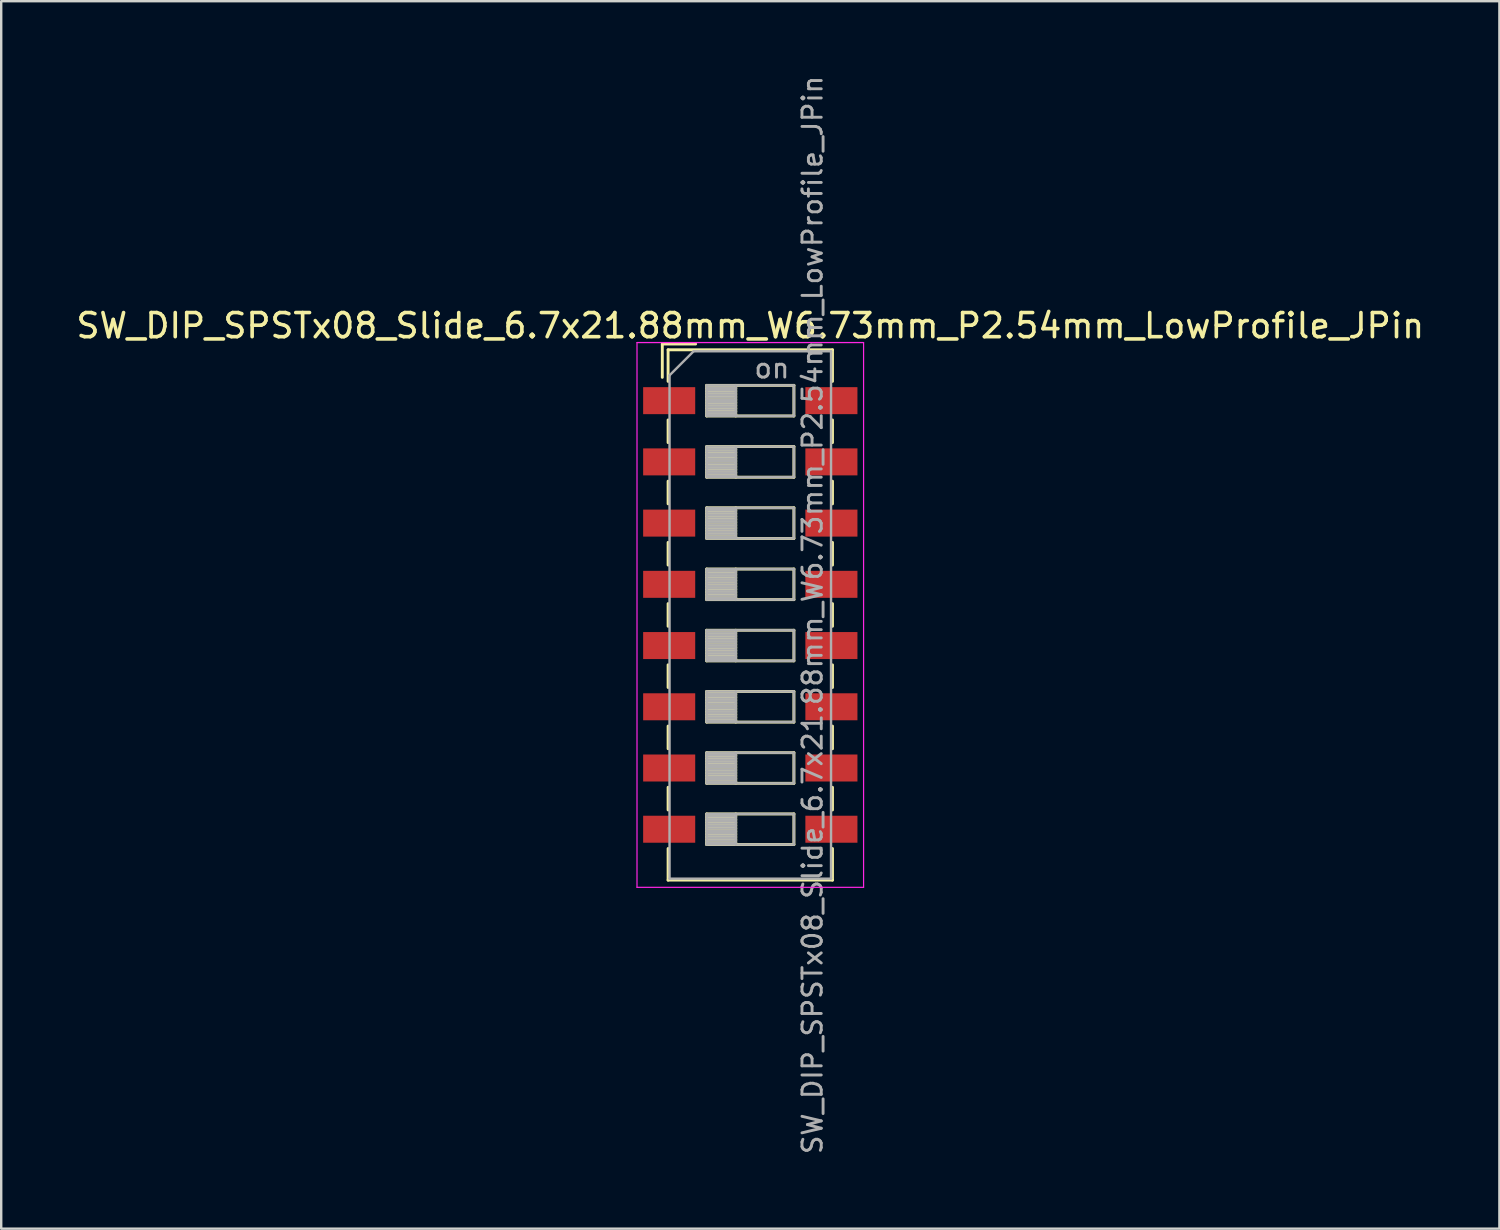
<source format=kicad_pcb>
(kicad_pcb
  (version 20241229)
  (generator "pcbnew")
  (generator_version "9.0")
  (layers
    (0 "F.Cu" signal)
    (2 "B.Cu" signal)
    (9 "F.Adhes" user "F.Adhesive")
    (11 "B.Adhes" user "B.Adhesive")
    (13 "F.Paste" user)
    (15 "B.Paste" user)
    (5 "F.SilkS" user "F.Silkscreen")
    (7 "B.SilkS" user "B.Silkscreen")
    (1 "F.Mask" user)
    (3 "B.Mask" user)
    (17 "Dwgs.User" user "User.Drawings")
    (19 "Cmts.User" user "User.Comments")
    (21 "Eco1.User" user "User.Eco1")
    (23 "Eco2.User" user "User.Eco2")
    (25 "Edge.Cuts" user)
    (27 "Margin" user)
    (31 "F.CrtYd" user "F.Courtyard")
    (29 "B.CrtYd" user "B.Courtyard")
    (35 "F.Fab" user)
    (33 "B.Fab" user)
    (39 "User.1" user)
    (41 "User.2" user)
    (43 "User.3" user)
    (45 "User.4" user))
  (footprint "SW_DIP_SPSTx08_Slide_6.7x21.88mm_W6.73mm_P2.54mm_LowProfile_JPin"
    (layer "F.Cu")
    (at 28.077 22.462)
    (property "Reference" "SW_DIP_SPSTx08_Slide_6.7x21.88mm_W6.73mm_P2.54mm_LowProfile_JPin" (at 0 -12 0) (layer "F.SilkS") (effects (font (size 1 1) (thickness 0.15))))
    (attr smd)
    (fp_line (start -3.65 -11.24) (end -3.65 -9.857) (stroke (width 0.12) (type solid)) (layer "F.SilkS"))
    (fp_line (start -3.65 -11.24) (end -2.267 -11.24) (stroke (width 0.12) (type solid)) (layer "F.SilkS"))
    (fp_line (start -3.41 -11) (end -3.41 -9.69) (stroke (width 0.12) (type solid)) (layer "F.SilkS"))
    (fp_line (start -3.41 -11) (end 3.41 -11) (stroke (width 0.12) (type solid)) (layer "F.SilkS"))
    (fp_line (start -3.41 -8.09) (end -3.41 -7.15) (stroke (width 0.12) (type solid)) (layer "F.SilkS"))
    (fp_line (start -3.41 -5.55) (end -3.41 -4.61) (stroke (width 0.12) (type solid)) (layer "F.SilkS"))
    (fp_line (start -3.41 -3.01) (end -3.41 -2.07) (stroke (width 0.12) (type solid)) (layer "F.SilkS"))
    (fp_line (start -3.41 -0.47) (end -3.41 0.47) (stroke (width 0.12) (type solid)) (layer "F.SilkS"))
    (fp_line (start -3.41 2.07) (end -3.41 3.01) (stroke (width 0.12) (type solid)) (layer "F.SilkS"))
    (fp_line (start -3.41 4.61) (end -3.41 5.55) (stroke (width 0.12) (type solid)) (layer "F.SilkS"))
    (fp_line (start -3.41 7.15) (end -3.41 8.09) (stroke (width 0.12) (type solid)) (layer "F.SilkS"))
    (fp_line (start -3.41 9.69) (end -3.41 11.001) (stroke (width 0.12) (type solid)) (layer "F.SilkS"))
    (fp_line (start -3.41 11.001) (end 3.41 11.001) (stroke (width 0.12) (type solid)) (layer "F.SilkS"))
    (fp_line (start -1.81 -9.525) (end -1.81 -8.255) (stroke (width 0.12) (type solid)) (layer "F.SilkS"))
    (fp_line (start -1.81 -9.405) (end -0.603 -9.405) (stroke (width 0.12) (type solid)) (layer "F.SilkS"))
    (fp_line (start -1.81 -9.285) (end -0.603 -9.285) (stroke (width 0.12) (type solid)) (layer "F.SilkS"))
    (fp_line (start -1.81 -9.165) (end -0.603 -9.165) (stroke (width 0.12) (type solid)) (layer "F.SilkS"))
    (fp_line (start -1.81 -9.045) (end -0.603 -9.045) (stroke (width 0.12) (type solid)) (layer "F.SilkS"))
    (fp_line (start -1.81 -8.925) (end -0.603 -8.925) (stroke (width 0.12) (type solid)) (layer "F.SilkS"))
    (fp_line (start -1.81 -8.805) (end -0.603 -8.805) (stroke (width 0.12) (type solid)) (layer "F.SilkS"))
    (fp_line (start -1.81 -8.685) (end -0.603 -8.685) (stroke (width 0.12) (type solid)) (layer "F.SilkS"))
    (fp_line (start -1.81 -8.565) (end -0.603 -8.565) (stroke (width 0.12) (type solid)) (layer "F.SilkS"))
    (fp_line (start -1.81 -8.445) (end -0.603 -8.445) (stroke (width 0.12) (type solid)) (layer "F.SilkS"))
    (fp_line (start -1.81 -8.325) (end -0.603 -8.325) (stroke (width 0.12) (type solid)) (layer "F.SilkS"))
    (fp_line (start -1.81 -8.255) (end 1.81 -8.255) (stroke (width 0.12) (type solid)) (layer "F.SilkS"))
    (fp_line (start -1.81 -6.985) (end -1.81 -5.715) (stroke (width 0.12) (type solid)) (layer "F.SilkS"))
    (fp_line (start -1.81 -6.865) (end -0.603 -6.865) (stroke (width 0.12) (type solid)) (layer "F.SilkS"))
    (fp_line (start -1.81 -6.745) (end -0.603 -6.745) (stroke (width 0.12) (type solid)) (layer "F.SilkS"))
    (fp_line (start -1.81 -6.625) (end -0.603 -6.625) (stroke (width 0.12) (type solid)) (layer "F.SilkS"))
    (fp_line (start -1.81 -6.505) (end -0.603 -6.505) (stroke (width 0.12) (type solid)) (layer "F.SilkS"))
    (fp_line (start -1.81 -6.385) (end -0.603 -6.385) (stroke (width 0.12) (type solid)) (layer "F.SilkS"))
    (fp_line (start -1.81 -6.265) (end -0.603 -6.265) (stroke (width 0.12) (type solid)) (layer "F.SilkS"))
    (fp_line (start -1.81 -6.145) (end -0.603 -6.145) (stroke (width 0.12) (type solid)) (layer "F.SilkS"))
    (fp_line (start -1.81 -6.025) (end -0.603 -6.025) (stroke (width 0.12) (type solid)) (layer "F.SilkS"))
    (fp_line (start -1.81 -5.905) (end -0.603 -5.905) (stroke (width 0.12) (type solid)) (layer "F.SilkS"))
    (fp_line (start -1.81 -5.785) (end -0.603 -5.785) (stroke (width 0.12) (type solid)) (layer "F.SilkS"))
    (fp_line (start -1.81 -5.715) (end 1.81 -5.715) (stroke (width 0.12) (type solid)) (layer "F.SilkS"))
    (fp_line (start -1.81 -4.445) (end -1.81 -3.175) (stroke (width 0.12) (type solid)) (layer "F.SilkS"))
    (fp_line (start -1.81 -4.325) (end -0.603 -4.325) (stroke (width 0.12) (type solid)) (layer "F.SilkS"))
    (fp_line (start -1.81 -4.205) (end -0.603 -4.205) (stroke (width 0.12) (type solid)) (layer "F.SilkS"))
    (fp_line (start -1.81 -4.085) (end -0.603 -4.085) (stroke (width 0.12) (type solid)) (layer "F.SilkS"))
    (fp_line (start -1.81 -3.965) (end -0.603 -3.965) (stroke (width 0.12) (type solid)) (layer "F.SilkS"))
    (fp_line (start -1.81 -3.845) (end -0.603 -3.845) (stroke (width 0.12) (type solid)) (layer "F.SilkS"))
    (fp_line (start -1.81 -3.725) (end -0.603 -3.725) (stroke (width 0.12) (type solid)) (layer "F.SilkS"))
    (fp_line (start -1.81 -3.605) (end -0.603 -3.605) (stroke (width 0.12) (type solid)) (layer "F.SilkS"))
    (fp_line (start -1.81 -3.485) (end -0.603 -3.485) (stroke (width 0.12) (type solid)) (layer "F.SilkS"))
    (fp_line (start -1.81 -3.365) (end -0.603 -3.365) (stroke (width 0.12) (type solid)) (layer "F.SilkS"))
    (fp_line (start -1.81 -3.245) (end -0.603 -3.245) (stroke (width 0.12) (type solid)) (layer "F.SilkS"))
    (fp_line (start -1.81 -3.175) (end 1.81 -3.175) (stroke (width 0.12) (type solid)) (layer "F.SilkS"))
    (fp_line (start -1.81 -1.905) (end -1.81 -0.635) (stroke (width 0.12) (type solid)) (layer "F.SilkS"))
    (fp_line (start -1.81 -1.785) (end -0.603 -1.785) (stroke (width 0.12) (type solid)) (layer "F.SilkS"))
    (fp_line (start -1.81 -1.665) (end -0.603 -1.665) (stroke (width 0.12) (type solid)) (layer "F.SilkS"))
    (fp_line (start -1.81 -1.545) (end -0.603 -1.545) (stroke (width 0.12) (type solid)) (layer "F.SilkS"))
    (fp_line (start -1.81 -1.425) (end -0.603 -1.425) (stroke (width 0.12) (type solid)) (layer "F.SilkS"))
    (fp_line (start -1.81 -1.305) (end -0.603 -1.305) (stroke (width 0.12) (type solid)) (layer "F.SilkS"))
    (fp_line (start -1.81 -1.185) (end -0.603 -1.185) (stroke (width 0.12) (type solid)) (layer "F.SilkS"))
    (fp_line (start -1.81 -1.065) (end -0.603 -1.065) (stroke (width 0.12) (type solid)) (layer "F.SilkS"))
    (fp_line (start -1.81 -0.945) (end -0.603 -0.945) (stroke (width 0.12) (type solid)) (layer "F.SilkS"))
    (fp_line (start -1.81 -0.825) (end -0.603 -0.825) (stroke (width 0.12) (type solid)) (layer "F.SilkS"))
    (fp_line (start -1.81 -0.705) (end -0.603 -0.705) (stroke (width 0.12) (type solid)) (layer "F.SilkS"))
    (fp_line (start -1.81 -0.635) (end 1.81 -0.635) (stroke (width 0.12) (type solid)) (layer "F.SilkS"))
    (fp_line (start -1.81 0.635) (end -1.81 1.905) (stroke (width 0.12) (type solid)) (layer "F.SilkS"))
    (fp_line (start -1.81 0.755) (end -0.603 0.755) (stroke (width 0.12) (type solid)) (layer "F.SilkS"))
    (fp_line (start -1.81 0.875) (end -0.603 0.875) (stroke (width 0.12) (type solid)) (layer "F.SilkS"))
    (fp_line (start -1.81 0.995) (end -0.603 0.995) (stroke (width 0.12) (type solid)) (layer "F.SilkS"))
    (fp_line (start -1.81 1.115) (end -0.603 1.115) (stroke (width 0.12) (type solid)) (layer "F.SilkS"))
    (fp_line (start -1.81 1.235) (end -0.603 1.235) (stroke (width 0.12) (type solid)) (layer "F.SilkS"))
    (fp_line (start -1.81 1.355) (end -0.603 1.355) (stroke (width 0.12) (type solid)) (layer "F.SilkS"))
    (fp_line (start -1.81 1.475) (end -0.603 1.475) (stroke (width 0.12) (type solid)) (layer "F.SilkS"))
    (fp_line (start -1.81 1.595) (end -0.603 1.595) (stroke (width 0.12) (type solid)) (layer "F.SilkS"))
    (fp_line (start -1.81 1.715) (end -0.603 1.715) (stroke (width 0.12) (type solid)) (layer "F.SilkS"))
    (fp_line (start -1.81 1.835) (end -0.603 1.835) (stroke (width 0.12) (type solid)) (layer "F.SilkS"))
    (fp_line (start -1.81 1.905) (end 1.81 1.905) (stroke (width 0.12) (type solid)) (layer "F.SilkS"))
    (fp_line (start -1.81 3.175) (end -1.81 4.445) (stroke (width 0.12) (type solid)) (layer "F.SilkS"))
    (fp_line (start -1.81 3.295) (end -0.603 3.295) (stroke (width 0.12) (type solid)) (layer "F.SilkS"))
    (fp_line (start -1.81 3.415) (end -0.603 3.415) (stroke (width 0.12) (type solid)) (layer "F.SilkS"))
    (fp_line (start -1.81 3.535) (end -0.603 3.535) (stroke (width 0.12) (type solid)) (layer "F.SilkS"))
    (fp_line (start -1.81 3.655) (end -0.603 3.655) (stroke (width 0.12) (type solid)) (layer "F.SilkS"))
    (fp_line (start -1.81 3.775) (end -0.603 3.775) (stroke (width 0.12) (type solid)) (layer "F.SilkS"))
    (fp_line (start -1.81 3.895) (end -0.603 3.895) (stroke (width 0.12) (type solid)) (layer "F.SilkS"))
    (fp_line (start -1.81 4.015) (end -0.603 4.015) (stroke (width 0.12) (type solid)) (layer "F.SilkS"))
    (fp_line (start -1.81 4.135) (end -0.603 4.135) (stroke (width 0.12) (type solid)) (layer "F.SilkS"))
    (fp_line (start -1.81 4.255) (end -0.603 4.255) (stroke (width 0.12) (type solid)) (layer "F.SilkS"))
    (fp_line (start -1.81 4.375) (end -0.603 4.375) (stroke (width 0.12) (type solid)) (layer "F.SilkS"))
    (fp_line (start -1.81 4.445) (end 1.81 4.445) (stroke (width 0.12) (type solid)) (layer "F.SilkS"))
    (fp_line (start -1.81 5.715) (end -1.81 6.985) (stroke (width 0.12) (type solid)) (layer "F.SilkS"))
    (fp_line (start -1.81 5.835) (end -0.603 5.835) (stroke (width 0.12) (type solid)) (layer "F.SilkS"))
    (fp_line (start -1.81 5.955) (end -0.603 5.955) (stroke (width 0.12) (type solid)) (layer "F.SilkS"))
    (fp_line (start -1.81 6.075) (end -0.603 6.075) (stroke (width 0.12) (type solid)) (layer "F.SilkS"))
    (fp_line (start -1.81 6.195) (end -0.603 6.195) (stroke (width 0.12) (type solid)) (layer "F.SilkS"))
    (fp_line (start -1.81 6.315) (end -0.603 6.315) (stroke (width 0.12) (type solid)) (layer "F.SilkS"))
    (fp_line (start -1.81 6.435) (end -0.603 6.435) (stroke (width 0.12) (type solid)) (layer "F.SilkS"))
    (fp_line (start -1.81 6.555) (end -0.603 6.555) (stroke (width 0.12) (type solid)) (layer "F.SilkS"))
    (fp_line (start -1.81 6.675) (end -0.603 6.675) (stroke (width 0.12) (type solid)) (layer "F.SilkS"))
    (fp_line (start -1.81 6.795) (end -0.603 6.795) (stroke (width 0.12) (type solid)) (layer "F.SilkS"))
    (fp_line (start -1.81 6.915) (end -0.603 6.915) (stroke (width 0.12) (type solid)) (layer "F.SilkS"))
    (fp_line (start -1.81 6.985) (end 1.81 6.985) (stroke (width 0.12) (type solid)) (layer "F.SilkS"))
    (fp_line (start -1.81 8.255) (end -1.81 9.525) (stroke (width 0.12) (type solid)) (layer "F.SilkS"))
    (fp_line (start -1.81 8.375) (end -0.603 8.375) (stroke (width 0.12) (type solid)) (layer "F.SilkS"))
    (fp_line (start -1.81 8.495) (end -0.603 8.495) (stroke (width 0.12) (type solid)) (layer "F.SilkS"))
    (fp_line (start -1.81 8.615) (end -0.603 8.615) (stroke (width 0.12) (type solid)) (layer "F.SilkS"))
    (fp_line (start -1.81 8.735) (end -0.603 8.735) (stroke (width 0.12) (type solid)) (layer "F.SilkS"))
    (fp_line (start -1.81 8.855) (end -0.603 8.855) (stroke (width 0.12) (type solid)) (layer "F.SilkS"))
    (fp_line (start -1.81 8.975) (end -0.603 8.975) (stroke (width 0.12) (type solid)) (layer "F.SilkS"))
    (fp_line (start -1.81 9.095) (end -0.603 9.095) (stroke (width 0.12) (type solid)) (layer "F.SilkS"))
    (fp_line (start -1.81 9.215) (end -0.603 9.215) (stroke (width 0.12) (type solid)) (layer "F.SilkS"))
    (fp_line (start -1.81 9.335) (end -0.603 9.335) (stroke (width 0.12) (type solid)) (layer "F.SilkS"))
    (fp_line (start -1.81 9.455) (end -0.603 9.455) (stroke (width 0.12) (type solid)) (layer "F.SilkS"))
    (fp_line (start -1.81 9.525) (end 1.81 9.525) (stroke (width 0.12) (type solid)) (layer "F.SilkS"))
    (fp_line (start -0.603 -9.525) (end -0.603 -8.255) (stroke (width 0.12) (type solid)) (layer "F.SilkS"))
    (fp_line (start -0.603 -6.985) (end -0.603 -5.715) (stroke (width 0.12) (type solid)) (layer "F.SilkS"))
    (fp_line (start -0.603 -4.445) (end -0.603 -3.175) (stroke (width 0.12) (type solid)) (layer "F.SilkS"))
    (fp_line (start -0.603 -1.905) (end -0.603 -0.635) (stroke (width 0.12) (type solid)) (layer "F.SilkS"))
    (fp_line (start -0.603 0.635) (end -0.603 1.905) (stroke (width 0.12) (type solid)) (layer "F.SilkS"))
    (fp_line (start -0.603 3.175) (end -0.603 4.445) (stroke (width 0.12) (type solid)) (layer "F.SilkS"))
    (fp_line (start -0.603 5.715) (end -0.603 6.985) (stroke (width 0.12) (type solid)) (layer "F.SilkS"))
    (fp_line (start -0.603 8.255) (end -0.603 9.525) (stroke (width 0.12) (type solid)) (layer "F.SilkS"))
    (fp_line (start 1.81 -9.525) (end -1.81 -9.525) (stroke (width 0.12) (type solid)) (layer "F.SilkS"))
    (fp_line (start 1.81 -8.255) (end 1.81 -9.525) (stroke (width 0.12) (type solid)) (layer "F.SilkS"))
    (fp_line (start 1.81 -6.985) (end -1.81 -6.985) (stroke (width 0.12) (type solid)) (layer "F.SilkS"))
    (fp_line (start 1.81 -5.715) (end 1.81 -6.985) (stroke (width 0.12) (type solid)) (layer "F.SilkS"))
    (fp_line (start 1.81 -4.445) (end -1.81 -4.445) (stroke (width 0.12) (type solid)) (layer "F.SilkS"))
    (fp_line (start 1.81 -3.175) (end 1.81 -4.445) (stroke (width 0.12) (type solid)) (layer "F.SilkS"))
    (fp_line (start 1.81 -1.905) (end -1.81 -1.905) (stroke (width 0.12) (type solid)) (layer "F.SilkS"))
    (fp_line (start 1.81 -0.635) (end 1.81 -1.905) (stroke (width 0.12) (type solid)) (layer "F.SilkS"))
    (fp_line (start 1.81 0.635) (end -1.81 0.635) (stroke (width 0.12) (type solid)) (layer "F.SilkS"))
    (fp_line (start 1.81 1.905) (end 1.81 0.635) (stroke (width 0.12) (type solid)) (layer "F.SilkS"))
    (fp_line (start 1.81 3.175) (end -1.81 3.175) (stroke (width 0.12) (type solid)) (layer "F.SilkS"))
    (fp_line (start 1.81 4.445) (end 1.81 3.175) (stroke (width 0.12) (type solid)) (layer "F.SilkS"))
    (fp_line (start 1.81 5.715) (end -1.81 5.715) (stroke (width 0.12) (type solid)) (layer "F.SilkS"))
    (fp_line (start 1.81 6.985) (end 1.81 5.715) (stroke (width 0.12) (type solid)) (layer "F.SilkS"))
    (fp_line (start 1.81 8.255) (end -1.81 8.255) (stroke (width 0.12) (type solid)) (layer "F.SilkS"))
    (fp_line (start 1.81 9.525) (end 1.81 8.255) (stroke (width 0.12) (type solid)) (layer "F.SilkS"))
    (fp_line (start 3.41 -11) (end 3.41 -9.69) (stroke (width 0.12) (type solid)) (layer "F.SilkS"))
    (fp_line (start 3.41 -8.089) (end 3.41 -7.149) (stroke (width 0.12) (type solid)) (layer "F.SilkS"))
    (fp_line (start 3.41 -5.549) (end 3.41 -4.609) (stroke (width 0.12) (type solid)) (layer "F.SilkS"))
    (fp_line (start 3.41 -3.009) (end 3.41 -2.069) (stroke (width 0.12) (type solid)) (layer "F.SilkS"))
    (fp_line (start 3.41 -0.469) (end 3.41 0.471) (stroke (width 0.12) (type solid)) (layer "F.SilkS"))
    (fp_line (start 3.41 2.071) (end 3.41 3.011) (stroke (width 0.12) (type solid)) (layer "F.SilkS"))
    (fp_line (start 3.41 4.611) (end 3.41 5.551) (stroke (width 0.12) (type solid)) (layer "F.SilkS"))
    (fp_line (start 3.41 7.151) (end 3.41 8.09) (stroke (width 0.12) (type solid)) (layer "F.SilkS"))
    (fp_line (start 3.41 9.69) (end 3.41 11.001) (stroke (width 0.12) (type solid)) (layer "F.SilkS"))
    (fp_line (start -4.7 -11.3) (end -4.7 11.3) (stroke (width 0.05) (type solid)) (layer "F.CrtYd"))
    (fp_line (start -4.7 11.3) (end 4.7 11.3) (stroke (width 0.05) (type solid)) (layer "F.CrtYd"))
    (fp_line (start 4.7 -11.3) (end -4.7 -11.3) (stroke (width 0.05) (type solid)) (layer "F.CrtYd"))
    (fp_line (start 4.7 11.3) (end 4.7 -11.3) (stroke (width 0.05) (type solid)) (layer "F.CrtYd"))
    (fp_line (start -3.35 -9.94) (end -2.35 -10.94) (stroke (width 0.1) (type solid)) (layer "F.Fab"))
    (fp_line (start -3.35 10.94) (end -3.35 -9.94) (stroke (width 0.1) (type solid)) (layer "F.Fab"))
    (fp_line (start -2.35 -10.94) (end 3.35 -10.94) (stroke (width 0.1) (type solid)) (layer "F.Fab"))
    (fp_line (start -1.81 -9.525) (end -1.81 -8.255) (stroke (width 0.1) (type solid)) (layer "F.Fab"))
    (fp_line (start -1.81 -9.425) (end -0.603 -9.425) (stroke (width 0.1) (type solid)) (layer "F.Fab"))
    (fp_line (start -1.81 -9.325) (end -0.603 -9.325) (stroke (width 0.1) (type solid)) (layer "F.Fab"))
    (fp_line (start -1.81 -9.225) (end -0.603 -9.225) (stroke (width 0.1) (type solid)) (layer "F.Fab"))
    (fp_line (start -1.81 -9.125) (end -0.603 -9.125) (stroke (width 0.1) (type solid)) (layer "F.Fab"))
    (fp_line (start -1.81 -9.025) (end -0.603 -9.025) (stroke (width 0.1) (type solid)) (layer "F.Fab"))
    (fp_line (start -1.81 -8.925) (end -0.603 -8.925) (stroke (width 0.1) (type solid)) (layer "F.Fab"))
    (fp_line (start -1.81 -8.825) (end -0.603 -8.825) (stroke (width 0.1) (type solid)) (layer "F.Fab"))
    (fp_line (start -1.81 -8.725) (end -0.603 -8.725) (stroke (width 0.1) (type solid)) (layer "F.Fab"))
    (fp_line (start -1.81 -8.625) (end -0.603 -8.625) (stroke (width 0.1) (type solid)) (layer "F.Fab"))
    (fp_line (start -1.81 -8.525) (end -0.603 -8.525) (stroke (width 0.1) (type solid)) (layer "F.Fab"))
    (fp_line (start -1.81 -8.425) (end -0.603 -8.425) (stroke (width 0.1) (type solid)) (layer "F.Fab"))
    (fp_line (start -1.81 -8.325) (end -0.603 -8.325) (stroke (width 0.1) (type solid)) (layer "F.Fab"))
    (fp_line (start -1.81 -8.255) (end 1.81 -8.255) (stroke (width 0.1) (type solid)) (layer "F.Fab"))
    (fp_line (start -1.81 -6.985) (end -1.81 -5.715) (stroke (width 0.1) (type solid)) (layer "F.Fab"))
    (fp_line (start -1.81 -6.885) (end -0.603 -6.885) (stroke (width 0.1) (type solid)) (layer "F.Fab"))
    (fp_line (start -1.81 -6.785) (end -0.603 -6.785) (stroke (width 0.1) (type solid)) (layer "F.Fab"))
    (fp_line (start -1.81 -6.685) (end -0.603 -6.685) (stroke (width 0.1) (type solid)) (layer "F.Fab"))
    (fp_line (start -1.81 -6.585) (end -0.603 -6.585) (stroke (width 0.1) (type solid)) (layer "F.Fab"))
    (fp_line (start -1.81 -6.485) (end -0.603 -6.485) (stroke (width 0.1) (type solid)) (layer "F.Fab"))
    (fp_line (start -1.81 -6.385) (end -0.603 -6.385) (stroke (width 0.1) (type solid)) (layer "F.Fab"))
    (fp_line (start -1.81 -6.285) (end -0.603 -6.285) (stroke (width 0.1) (type solid)) (layer "F.Fab"))
    (fp_line (start -1.81 -6.185) (end -0.603 -6.185) (stroke (width 0.1) (type solid)) (layer "F.Fab"))
    (fp_line (start -1.81 -6.085) (end -0.603 -6.085) (stroke (width 0.1) (type solid)) (layer "F.Fab"))
    (fp_line (start -1.81 -5.985) (end -0.603 -5.985) (stroke (width 0.1) (type solid)) (layer "F.Fab"))
    (fp_line (start -1.81 -5.885) (end -0.603 -5.885) (stroke (width 0.1) (type solid)) (layer "F.Fab"))
    (fp_line (start -1.81 -5.785) (end -0.603 -5.785) (stroke (width 0.1) (type solid)) (layer "F.Fab"))
    (fp_line (start -1.81 -5.715) (end 1.81 -5.715) (stroke (width 0.1) (type solid)) (layer "F.Fab"))
    (fp_line (start -1.81 -4.445) (end -1.81 -3.175) (stroke (width 0.1) (type solid)) (layer "F.Fab"))
    (fp_line (start -1.81 -4.345) (end -0.603 -4.345) (stroke (width 0.1) (type solid)) (layer "F.Fab"))
    (fp_line (start -1.81 -4.245) (end -0.603 -4.245) (stroke (width 0.1) (type solid)) (layer "F.Fab"))
    (fp_line (start -1.81 -4.145) (end -0.603 -4.145) (stroke (width 0.1) (type solid)) (layer "F.Fab"))
    (fp_line (start -1.81 -4.045) (end -0.603 -4.045) (stroke (width 0.1) (type solid)) (layer "F.Fab"))
    (fp_line (start -1.81 -3.945) (end -0.603 -3.945) (stroke (width 0.1) (type solid)) (layer "F.Fab"))
    (fp_line (start -1.81 -3.845) (end -0.603 -3.845) (stroke (width 0.1) (type solid)) (layer "F.Fab"))
    (fp_line (start -1.81 -3.745) (end -0.603 -3.745) (stroke (width 0.1) (type solid)) (layer "F.Fab"))
    (fp_line (start -1.81 -3.645) (end -0.603 -3.645) (stroke (width 0.1) (type solid)) (layer "F.Fab"))
    (fp_line (start -1.81 -3.545) (end -0.603 -3.545) (stroke (width 0.1) (type solid)) (layer "F.Fab"))
    (fp_line (start -1.81 -3.445) (end -0.603 -3.445) (stroke (width 0.1) (type solid)) (layer "F.Fab"))
    (fp_line (start -1.81 -3.345) (end -0.603 -3.345) (stroke (width 0.1) (type solid)) (layer "F.Fab"))
    (fp_line (start -1.81 -3.245) (end -0.603 -3.245) (stroke (width 0.1) (type solid)) (layer "F.Fab"))
    (fp_line (start -1.81 -3.175) (end 1.81 -3.175) (stroke (width 0.1) (type solid)) (layer "F.Fab"))
    (fp_line (start -1.81 -1.905) (end -1.81 -0.635) (stroke (width 0.1) (type solid)) (layer "F.Fab"))
    (fp_line (start -1.81 -1.805) (end -0.603 -1.805) (stroke (width 0.1) (type solid)) (layer "F.Fab"))
    (fp_line (start -1.81 -1.705) (end -0.603 -1.705) (stroke (width 0.1) (type solid)) (layer "F.Fab"))
    (fp_line (start -1.81 -1.605) (end -0.603 -1.605) (stroke (width 0.1) (type solid)) (layer "F.Fab"))
    (fp_line (start -1.81 -1.505) (end -0.603 -1.505) (stroke (width 0.1) (type solid)) (layer "F.Fab"))
    (fp_line (start -1.81 -1.405) (end -0.603 -1.405) (stroke (width 0.1) (type solid)) (layer "F.Fab"))
    (fp_line (start -1.81 -1.305) (end -0.603 -1.305) (stroke (width 0.1) (type solid)) (layer "F.Fab"))
    (fp_line (start -1.81 -1.205) (end -0.603 -1.205) (stroke (width 0.1) (type solid)) (layer "F.Fab"))
    (fp_line (start -1.81 -1.105) (end -0.603 -1.105) (stroke (width 0.1) (type solid)) (layer "F.Fab"))
    (fp_line (start -1.81 -1.005) (end -0.603 -1.005) (stroke (width 0.1) (type solid)) (layer "F.Fab"))
    (fp_line (start -1.81 -0.905) (end -0.603 -0.905) (stroke (width 0.1) (type solid)) (layer "F.Fab"))
    (fp_line (start -1.81 -0.805) (end -0.603 -0.805) (stroke (width 0.1) (type solid)) (layer "F.Fab"))
    (fp_line (start -1.81 -0.705) (end -0.603 -0.705) (stroke (width 0.1) (type solid)) (layer "F.Fab"))
    (fp_line (start -1.81 -0.635) (end 1.81 -0.635) (stroke (width 0.1) (type solid)) (layer "F.Fab"))
    (fp_line (start -1.81 0.635) (end -1.81 1.905) (stroke (width 0.1) (type solid)) (layer "F.Fab"))
    (fp_line (start -1.81 0.735) (end -0.603 0.735) (stroke (width 0.1) (type solid)) (layer "F.Fab"))
    (fp_line (start -1.81 0.835) (end -0.603 0.835) (stroke (width 0.1) (type solid)) (layer "F.Fab"))
    (fp_line (start -1.81 0.935) (end -0.603 0.935) (stroke (width 0.1) (type solid)) (layer "F.Fab"))
    (fp_line (start -1.81 1.035) (end -0.603 1.035) (stroke (width 0.1) (type solid)) (layer "F.Fab"))
    (fp_line (start -1.81 1.135) (end -0.603 1.135) (stroke (width 0.1) (type solid)) (layer "F.Fab"))
    (fp_line (start -1.81 1.235) (end -0.603 1.235) (stroke (width 0.1) (type solid)) (layer "F.Fab"))
    (fp_line (start -1.81 1.335) (end -0.603 1.335) (stroke (width 0.1) (type solid)) (layer "F.Fab"))
    (fp_line (start -1.81 1.435) (end -0.603 1.435) (stroke (width 0.1) (type solid)) (layer "F.Fab"))
    (fp_line (start -1.81 1.535) (end -0.603 1.535) (stroke (width 0.1) (type solid)) (layer "F.Fab"))
    (fp_line (start -1.81 1.635) (end -0.603 1.635) (stroke (width 0.1) (type solid)) (layer "F.Fab"))
    (fp_line (start -1.81 1.735) (end -0.603 1.735) (stroke (width 0.1) (type solid)) (layer "F.Fab"))
    (fp_line (start -1.81 1.835) (end -0.603 1.835) (stroke (width 0.1) (type solid)) (layer "F.Fab"))
    (fp_line (start -1.81 1.905) (end 1.81 1.905) (stroke (width 0.1) (type solid)) (layer "F.Fab"))
    (fp_line (start -1.81 3.175) (end -1.81 4.445) (stroke (width 0.1) (type solid)) (layer "F.Fab"))
    (fp_line (start -1.81 3.275) (end -0.603 3.275) (stroke (width 0.1) (type solid)) (layer "F.Fab"))
    (fp_line (start -1.81 3.375) (end -0.603 3.375) (stroke (width 0.1) (type solid)) (layer "F.Fab"))
    (fp_line (start -1.81 3.475) (end -0.603 3.475) (stroke (width 0.1) (type solid)) (layer "F.Fab"))
    (fp_line (start -1.81 3.575) (end -0.603 3.575) (stroke (width 0.1) (type solid)) (layer "F.Fab"))
    (fp_line (start -1.81 3.675) (end -0.603 3.675) (stroke (width 0.1) (type solid)) (layer "F.Fab"))
    (fp_line (start -1.81 3.775) (end -0.603 3.775) (stroke (width 0.1) (type solid)) (layer "F.Fab"))
    (fp_line (start -1.81 3.875) (end -0.603 3.875) (stroke (width 0.1) (type solid)) (layer "F.Fab"))
    (fp_line (start -1.81 3.975) (end -0.603 3.975) (stroke (width 0.1) (type solid)) (layer "F.Fab"))
    (fp_line (start -1.81 4.075) (end -0.603 4.075) (stroke (width 0.1) (type solid)) (layer "F.Fab"))
    (fp_line (start -1.81 4.175) (end -0.603 4.175) (stroke (width 0.1) (type solid)) (layer "F.Fab"))
    (fp_line (start -1.81 4.275) (end -0.603 4.275) (stroke (width 0.1) (type solid)) (layer "F.Fab"))
    (fp_line (start -1.81 4.375) (end -0.603 4.375) (stroke (width 0.1) (type solid)) (layer "F.Fab"))
    (fp_line (start -1.81 4.445) (end 1.81 4.445) (stroke (width 0.1) (type solid)) (layer "F.Fab"))
    (fp_line (start -1.81 5.715) (end -1.81 6.985) (stroke (width 0.1) (type solid)) (layer "F.Fab"))
    (fp_line (start -1.81 5.815) (end -0.603 5.815) (stroke (width 0.1) (type solid)) (layer "F.Fab"))
    (fp_line (start -1.81 5.915) (end -0.603 5.915) (stroke (width 0.1) (type solid)) (layer "F.Fab"))
    (fp_line (start -1.81 6.015) (end -0.603 6.015) (stroke (width 0.1) (type solid)) (layer "F.Fab"))
    (fp_line (start -1.81 6.115) (end -0.603 6.115) (stroke (width 0.1) (type solid)) (layer "F.Fab"))
    (fp_line (start -1.81 6.215) (end -0.603 6.215) (stroke (width 0.1) (type solid)) (layer "F.Fab"))
    (fp_line (start -1.81 6.315) (end -0.603 6.315) (stroke (width 0.1) (type solid)) (layer "F.Fab"))
    (fp_line (start -1.81 6.415) (end -0.603 6.415) (stroke (width 0.1) (type solid)) (layer "F.Fab"))
    (fp_line (start -1.81 6.515) (end -0.603 6.515) (stroke (width 0.1) (type solid)) (layer "F.Fab"))
    (fp_line (start -1.81 6.615) (end -0.603 6.615) (stroke (width 0.1) (type solid)) (layer "F.Fab"))
    (fp_line (start -1.81 6.715) (end -0.603 6.715) (stroke (width 0.1) (type solid)) (layer "F.Fab"))
    (fp_line (start -1.81 6.815) (end -0.603 6.815) (stroke (width 0.1) (type solid)) (layer "F.Fab"))
    (fp_line (start -1.81 6.915) (end -0.603 6.915) (stroke (width 0.1) (type solid)) (layer "F.Fab"))
    (fp_line (start -1.81 6.985) (end 1.81 6.985) (stroke (width 0.1) (type solid)) (layer "F.Fab"))
    (fp_line (start -1.81 8.255) (end -1.81 9.525) (stroke (width 0.1) (type solid)) (layer "F.Fab"))
    (fp_line (start -1.81 8.355) (end -0.603 8.355) (stroke (width 0.1) (type solid)) (layer "F.Fab"))
    (fp_line (start -1.81 8.455) (end -0.603 8.455) (stroke (width 0.1) (type solid)) (layer "F.Fab"))
    (fp_line (start -1.81 8.555) (end -0.603 8.555) (stroke (width 0.1) (type solid)) (layer "F.Fab"))
    (fp_line (start -1.81 8.655) (end -0.603 8.655) (stroke (width 0.1) (type solid)) (layer "F.Fab"))
    (fp_line (start -1.81 8.755) (end -0.603 8.755) (stroke (width 0.1) (type solid)) (layer "F.Fab"))
    (fp_line (start -1.81 8.855) (end -0.603 8.855) (stroke (width 0.1) (type solid)) (layer "F.Fab"))
    (fp_line (start -1.81 8.955) (end -0.603 8.955) (stroke (width 0.1) (type solid)) (layer "F.Fab"))
    (fp_line (start -1.81 9.055) (end -0.603 9.055) (stroke (width 0.1) (type solid)) (layer "F.Fab"))
    (fp_line (start -1.81 9.155) (end -0.603 9.155) (stroke (width 0.1) (type solid)) (layer "F.Fab"))
    (fp_line (start -1.81 9.255) (end -0.603 9.255) (stroke (width 0.1) (type solid)) (layer "F.Fab"))
    (fp_line (start -1.81 9.355) (end -0.603 9.355) (stroke (width 0.1) (type solid)) (layer "F.Fab"))
    (fp_line (start -1.81 9.455) (end -0.603 9.455) (stroke (width 0.1) (type solid)) (layer "F.Fab"))
    (fp_line (start -1.81 9.525) (end 1.81 9.525) (stroke (width 0.1) (type solid)) (layer "F.Fab"))
    (fp_line (start -0.603 -9.525) (end -0.603 -8.255) (stroke (width 0.1) (type solid)) (layer "F.Fab"))
    (fp_line (start -0.603 -6.985) (end -0.603 -5.715) (stroke (width 0.1) (type solid)) (layer "F.Fab"))
    (fp_line (start -0.603 -4.445) (end -0.603 -3.175) (stroke (width 0.1) (type solid)) (layer "F.Fab"))
    (fp_line (start -0.603 -1.905) (end -0.603 -0.635) (stroke (width 0.1) (type solid)) (layer "F.Fab"))
    (fp_line (start -0.603 0.635) (end -0.603 1.905) (stroke (width 0.1) (type solid)) (layer "F.Fab"))
    (fp_line (start -0.603 3.175) (end -0.603 4.445) (stroke (width 0.1) (type solid)) (layer "F.Fab"))
    (fp_line (start -0.603 5.715) (end -0.603 6.985) (stroke (width 0.1) (type solid)) (layer "F.Fab"))
    (fp_line (start -0.603 8.255) (end -0.603 9.525) (stroke (width 0.1) (type solid)) (layer "F.Fab"))
    (fp_line (start 1.81 -9.525) (end -1.81 -9.525) (stroke (width 0.1) (type solid)) (layer "F.Fab"))
    (fp_line (start 1.81 -8.255) (end 1.81 -9.525) (stroke (width 0.1) (type solid)) (layer "F.Fab"))
    (fp_line (start 1.81 -6.985) (end -1.81 -6.985) (stroke (width 0.1) (type solid)) (layer "F.Fab"))
    (fp_line (start 1.81 -5.715) (end 1.81 -6.985) (stroke (width 0.1) (type solid)) (layer "F.Fab"))
    (fp_line (start 1.81 -4.445) (end -1.81 -4.445) (stroke (width 0.1) (type solid)) (layer "F.Fab"))
    (fp_line (start 1.81 -3.175) (end 1.81 -4.445) (stroke (width 0.1) (type solid)) (layer "F.Fab"))
    (fp_line (start 1.81 -1.905) (end -1.81 -1.905) (stroke (width 0.1) (type solid)) (layer "F.Fab"))
    (fp_line (start 1.81 -0.635) (end 1.81 -1.905) (stroke (width 0.1) (type solid)) (layer "F.Fab"))
    (fp_line (start 1.81 0.635) (end -1.81 0.635) (stroke (width 0.1) (type solid)) (layer "F.Fab"))
    (fp_line (start 1.81 1.905) (end 1.81 0.635) (stroke (width 0.1) (type solid)) (layer "F.Fab"))
    (fp_line (start 1.81 3.175) (end -1.81 3.175) (stroke (width 0.1) (type solid)) (layer "F.Fab"))
    (fp_line (start 1.81 4.445) (end 1.81 3.175) (stroke (width 0.1) (type solid)) (layer "F.Fab"))
    (fp_line (start 1.81 5.715) (end -1.81 5.715) (stroke (width 0.1) (type solid)) (layer "F.Fab"))
    (fp_line (start 1.81 6.985) (end 1.81 5.715) (stroke (width 0.1) (type solid)) (layer "F.Fab"))
    (fp_line (start 1.81 8.255) (end -1.81 8.255) (stroke (width 0.1) (type solid)) (layer "F.Fab"))
    (fp_line (start 1.81 9.525) (end 1.81 8.255) (stroke (width 0.1) (type solid)) (layer "F.Fab"))
    (fp_line (start 3.35 -10.94) (end 3.35 10.94) (stroke (width 0.1) (type solid)) (layer "F.Fab"))
    (fp_line (start 3.35 10.94) (end -3.35 10.94) (stroke (width 0.1) (type solid)) (layer "F.Fab"))
    (fp_text user "${REFERENCE}" (at 2.58 0 90) (layer "F.Fab") (effects (font (size 0.8 0.8) (thickness 0.12))))
    (fp_text user "on" (at 0.897 -10.232 0) (layer "F.Fab") (effects (font (size 0.8 0.8) (thickness 0.12))))
    (pad "1" smd rect (at -3.365 -8.89) (size 2.16 1.12) (layers "F.Cu" "F.Mask" "F.Paste"))
    (pad "2" smd rect (at -3.365 -6.35) (size 2.16 1.12) (layers "F.Cu" "F.Mask" "F.Paste"))
    (pad "3" smd rect (at -3.365 -3.81) (size 2.16 1.12) (layers "F.Cu" "F.Mask" "F.Paste"))
    (pad "4" smd rect (at -3.365 -1.27) (size 2.16 1.12) (layers "F.Cu" "F.Mask" "F.Paste"))
    (pad "5" smd rect (at -3.365 1.27) (size 2.16 1.12) (layers "F.Cu" "F.Mask" "F.Paste"))
    (pad "6" smd rect (at -3.365 3.81) (size 2.16 1.12) (layers "F.Cu" "F.Mask" "F.Paste"))
    (pad "7" smd rect (at -3.365 6.35) (size 2.16 1.12) (layers "F.Cu" "F.Mask" "F.Paste"))
    (pad "8" smd rect (at -3.365 8.89) (size 2.16 1.12) (layers "F.Cu" "F.Mask" "F.Paste"))
    (pad "9" smd rect (at 3.365 8.89) (size 2.16 1.12) (layers "F.Cu" "F.Mask" "F.Paste"))
    (pad "10" smd rect (at 3.365 6.35) (size 2.16 1.12) (layers "F.Cu" "F.Mask" "F.Paste"))
    (pad "11" smd rect (at 3.365 3.81) (size 2.16 1.12) (layers "F.Cu" "F.Mask" "F.Paste"))
    (pad "12" smd rect (at 3.365 1.27) (size 2.16 1.12) (layers "F.Cu" "F.Mask" "F.Paste"))
    (pad "13" smd rect (at 3.365 -1.27) (size 2.16 1.12) (layers "F.Cu" "F.Mask" "F.Paste"))
    (pad "14" smd rect (at 3.365 -3.81) (size 2.16 1.12) (layers "F.Cu" "F.Mask" "F.Paste"))
    (pad "15" smd rect (at 3.365 -6.35) (size 2.16 1.12) (layers "F.Cu" "F.Mask" "F.Paste"))
    (pad "16" smd rect (at 3.365 -8.89) (size 2.16 1.12) (layers "F.Cu" "F.Mask" "F.Paste")))
  (gr_rect
    (start -3 -3)
    (end 59.155 47.924)
    (stroke (width 0.1) (type default))
    (fill no)
    (layer "Edge.Cuts")))
</source>
